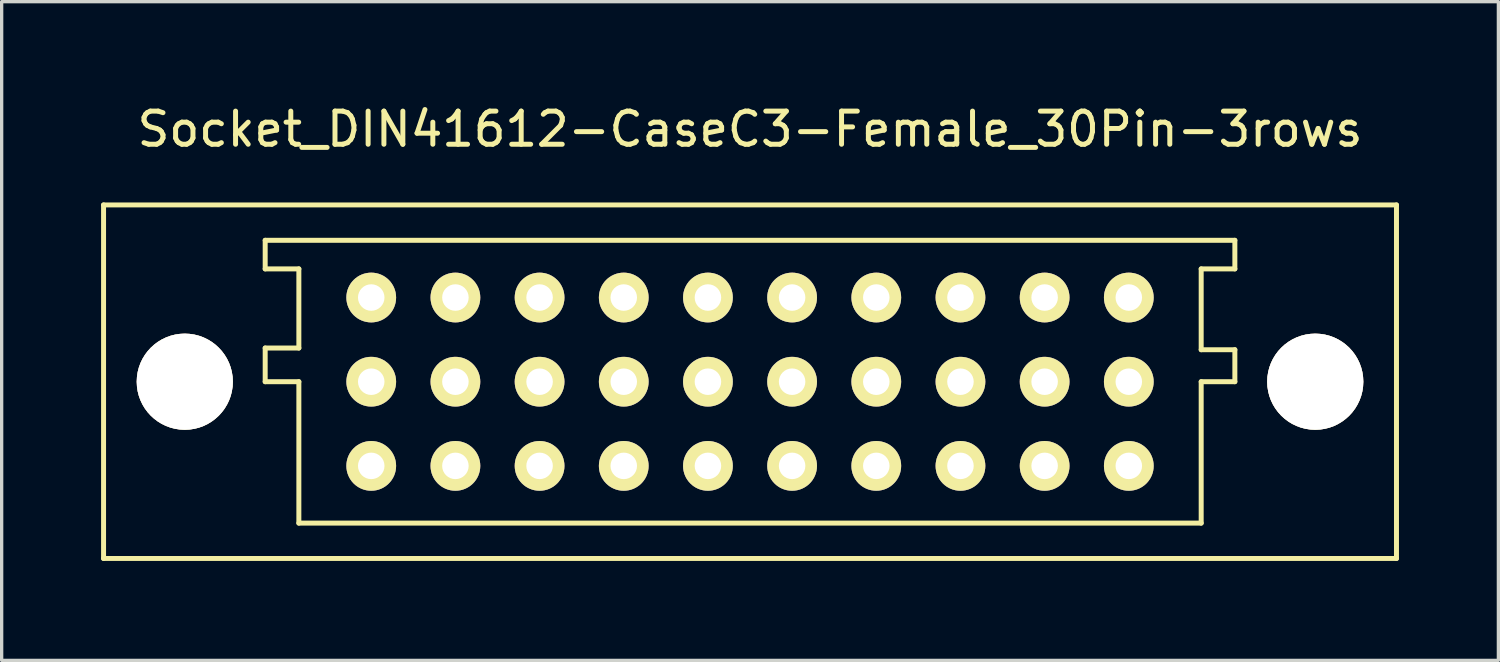
<source format=kicad_pcb>
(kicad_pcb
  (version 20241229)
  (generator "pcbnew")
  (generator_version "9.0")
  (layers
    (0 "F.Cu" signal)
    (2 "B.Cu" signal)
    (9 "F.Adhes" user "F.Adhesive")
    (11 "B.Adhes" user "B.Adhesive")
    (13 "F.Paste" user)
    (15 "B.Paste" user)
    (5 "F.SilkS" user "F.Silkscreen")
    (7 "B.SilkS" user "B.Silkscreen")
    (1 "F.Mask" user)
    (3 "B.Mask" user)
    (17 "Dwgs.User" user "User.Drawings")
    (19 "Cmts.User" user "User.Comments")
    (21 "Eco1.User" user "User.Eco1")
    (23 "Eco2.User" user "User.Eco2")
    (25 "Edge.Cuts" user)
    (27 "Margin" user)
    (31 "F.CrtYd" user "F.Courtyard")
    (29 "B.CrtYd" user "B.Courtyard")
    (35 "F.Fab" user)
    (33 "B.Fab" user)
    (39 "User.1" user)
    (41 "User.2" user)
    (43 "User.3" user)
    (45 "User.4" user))
  (footprint "Socket_DIN41612-CaseC3-Female_30Pin-3rows"
    (layer "F.Cu")
    (at 19.582 8.468)
    (property "Reference" "Socket_DIN41612-CaseC3-Female_30Pin-3rows" (at 0 -7.62 0) (layer "F.SilkS") (effects (font (size 1 1) (thickness 0.15))))
    (attr through_hole)
    (fp_line (start -19.507 -5.334) (end -19.507 5.334) (stroke (width 0.15) (type solid)) (layer "F.SilkS"))
    (fp_line (start -19.507 5.334) (end 19.507 5.334) (stroke (width 0.15) (type solid)) (layer "F.SilkS"))
    (fp_line (start -14.63 -3.404) (end -14.63 -4.267) (stroke (width 0.15) (type solid)) (layer "F.SilkS"))
    (fp_line (start -14.63 -1.016) (end -13.614 -1.016) (stroke (width 0.15) (type solid)) (layer "F.SilkS"))
    (fp_line (start -14.63 0) (end -14.63 -1.016) (stroke (width 0.15) (type solid)) (layer "F.SilkS"))
    (fp_line (start -13.614 -3.404) (end -14.63 -3.404) (stroke (width 0.15) (type solid)) (layer "F.SilkS"))
    (fp_line (start -13.614 -1.016) (end -13.614 -3.404) (stroke (width 0.15) (type solid)) (layer "F.SilkS"))
    (fp_line (start -13.614 0) (end -14.63 0) (stroke (width 0.15) (type solid)) (layer "F.SilkS"))
    (fp_line (start -13.614 4.267) (end -13.614 0) (stroke (width 0.15) (type solid)) (layer "F.SilkS"))
    (fp_line (start -13.614 4.267) (end 13.614 4.267) (stroke (width 0.15) (type solid)) (layer "F.SilkS"))
    (fp_line (start 13.614 -3.404) (end 14.63 -3.404) (stroke (width 0.15) (type solid)) (layer "F.SilkS"))
    (fp_line (start 13.614 -0.965) (end 13.614 -3.404) (stroke (width 0.15) (type solid)) (layer "F.SilkS"))
    (fp_line (start 13.614 0) (end 14.63 0) (stroke (width 0.15) (type solid)) (layer "F.SilkS"))
    (fp_line (start 13.614 4.267) (end 13.614 0) (stroke (width 0.15) (type solid)) (layer "F.SilkS"))
    (fp_line (start 14.63 -4.267) (end -14.63 -4.267) (stroke (width 0.15) (type solid)) (layer "F.SilkS"))
    (fp_line (start 14.63 -3.404) (end 14.63 -4.267) (stroke (width 0.15) (type solid)) (layer "F.SilkS"))
    (fp_line (start 14.63 -0.965) (end 13.614 -0.965) (stroke (width 0.15) (type solid)) (layer "F.SilkS"))
    (fp_line (start 14.63 0) (end 14.63 -0.965) (stroke (width 0.15) (type solid)) (layer "F.SilkS"))
    (fp_line (start 19.507 -5.334) (end -19.507 -5.334) (stroke (width 0.15) (type solid)) (layer "F.SilkS"))
    (fp_line (start 19.507 5.334) (end 19.507 -5.334) (stroke (width 0.15) (type solid)) (layer "F.SilkS"))
    (pad "1" thru_hole circle (at -17.056 0) (size 2.901 2.901) (drill 2.901) (layers "*.Cu" "*.Mask" "F.SilkS"))
    (pad "1" thru_hole circle (at 17.056 0) (size 2.901 2.901) (drill 2.901) (layers "*.Cu" "*.Mask" "F.SilkS"))
    (pad "1a" thru_hole circle (at 11.43 -2.54 180) (size 1.501 1.501) (drill 0.8) (layers "*.Cu" "*.Mask" "F.SilkS"))
    (pad "1b" thru_hole circle (at 11.43 0 180) (size 1.501 1.501) (drill 0.8) (layers "*.Cu" "*.Mask" "F.SilkS"))
    (pad "1c" thru_hole circle (at 11.43 2.54 180) (size 1.501 1.501) (drill 0.8) (layers "*.Cu" "*.Mask" "F.SilkS"))
    (pad "2a" thru_hole circle (at 8.89 -2.54 180) (size 1.501 1.501) (drill 0.8) (layers "*.Cu" "*.Mask" "F.SilkS"))
    (pad "2b" thru_hole circle (at 8.89 0 180) (size 1.501 1.501) (drill 0.8) (layers "*.Cu" "*.Mask" "F.SilkS"))
    (pad "2c" thru_hole circle (at 8.89 2.54 180) (size 1.501 1.501) (drill 0.8) (layers "*.Cu" "*.Mask" "F.SilkS"))
    (pad "3a" thru_hole circle (at 6.35 -2.54 180) (size 1.501 1.501) (drill 0.8) (layers "*.Cu" "*.Mask" "F.SilkS"))
    (pad "3b" thru_hole circle (at 6.35 0 180) (size 1.501 1.501) (drill 0.8) (layers "*.Cu" "*.Mask" "F.SilkS"))
    (pad "3c" thru_hole circle (at 6.35 2.54 180) (size 1.501 1.501) (drill 0.8) (layers "*.Cu" "*.Mask" "F.SilkS"))
    (pad "4a" thru_hole circle (at 3.81 -2.54 180) (size 1.501 1.501) (drill 0.8) (layers "*.Cu" "*.Mask" "F.SilkS"))
    (pad "4b" thru_hole circle (at 3.81 0 180) (size 1.501 1.501) (drill 0.8) (layers "*.Cu" "*.Mask" "F.SilkS"))
    (pad "4c" thru_hole circle (at 3.81 2.54 180) (size 1.501 1.501) (drill 0.8) (layers "*.Cu" "*.Mask" "F.SilkS"))
    (pad "5a" thru_hole circle (at 1.27 -2.54 180) (size 1.501 1.501) (drill 0.8) (layers "*.Cu" "*.Mask" "F.SilkS"))
    (pad "5b" thru_hole circle (at 1.27 0 180) (size 1.501 1.501) (drill 0.8) (layers "*.Cu" "*.Mask" "F.SilkS"))
    (pad "5c" thru_hole circle (at 1.27 2.54 180) (size 1.501 1.501) (drill 0.8) (layers "*.Cu" "*.Mask" "F.SilkS"))
    (pad "6a" thru_hole circle (at -1.27 -2.54 180) (size 1.501 1.501) (drill 0.8) (layers "*.Cu" "*.Mask" "F.SilkS"))
    (pad "6b" thru_hole circle (at -1.27 0 180) (size 1.501 1.501) (drill 0.8) (layers "*.Cu" "*.Mask" "F.SilkS"))
    (pad "6c" thru_hole circle (at -1.27 2.54 180) (size 1.501 1.501) (drill 0.8) (layers "*.Cu" "*.Mask" "F.SilkS"))
    (pad "7a" thru_hole circle (at -3.81 -2.54 180) (size 1.501 1.501) (drill 0.8) (layers "*.Cu" "*.Mask" "F.SilkS"))
    (pad "7b" thru_hole circle (at -3.81 0 180) (size 1.501 1.501) (drill 0.8) (layers "*.Cu" "*.Mask" "F.SilkS"))
    (pad "7c" thru_hole circle (at -3.81 2.54 180) (size 1.501 1.501) (drill 0.8) (layers "*.Cu" "*.Mask" "F.SilkS"))
    (pad "8a" thru_hole circle (at -6.35 -2.54 180) (size 1.501 1.501) (drill 0.8) (layers "*.Cu" "*.Mask" "F.SilkS"))
    (pad "8b" thru_hole circle (at -6.35 0 180) (size 1.501 1.501) (drill 0.8) (layers "*.Cu" "*.Mask" "F.SilkS"))
    (pad "8c" thru_hole circle (at -6.35 2.54 180) (size 1.501 1.501) (drill 0.8) (layers "*.Cu" "*.Mask" "F.SilkS"))
    (pad "9a" thru_hole circle (at -8.89 -2.54 180) (size 1.501 1.501) (drill 0.8) (layers "*.Cu" "*.Mask" "F.SilkS"))
    (pad "9b" thru_hole circle (at -8.89 0 180) (size 1.501 1.501) (drill 0.8) (layers "*.Cu" "*.Mask" "F.SilkS"))
    (pad "9c" thru_hole circle (at -8.89 2.54 180) (size 1.501 1.501) (drill 0.8) (layers "*.Cu" "*.Mask" "F.SilkS"))
    (pad "10a" thru_hole circle (at -11.43 -2.54 180) (size 1.501 1.501) (drill 0.8) (layers "*.Cu" "*.Mask" "F.SilkS"))
    (pad "10b" thru_hole circle (at -11.43 0 180) (size 1.501 1.501) (drill 0.8) (layers "*.Cu" "*.Mask" "F.SilkS"))
    (pad "10c" thru_hole circle (at -11.43 2.54 180) (size 1.501 1.501) (drill 0.8) (layers "*.Cu" "*.Mask" "F.SilkS")))
  (gr_rect
    (start -3 -3)
    (end 42.164 16.877)
    (stroke (width 0.1) (type default))
    (fill no)
    (layer "Edge.Cuts")))
</source>
